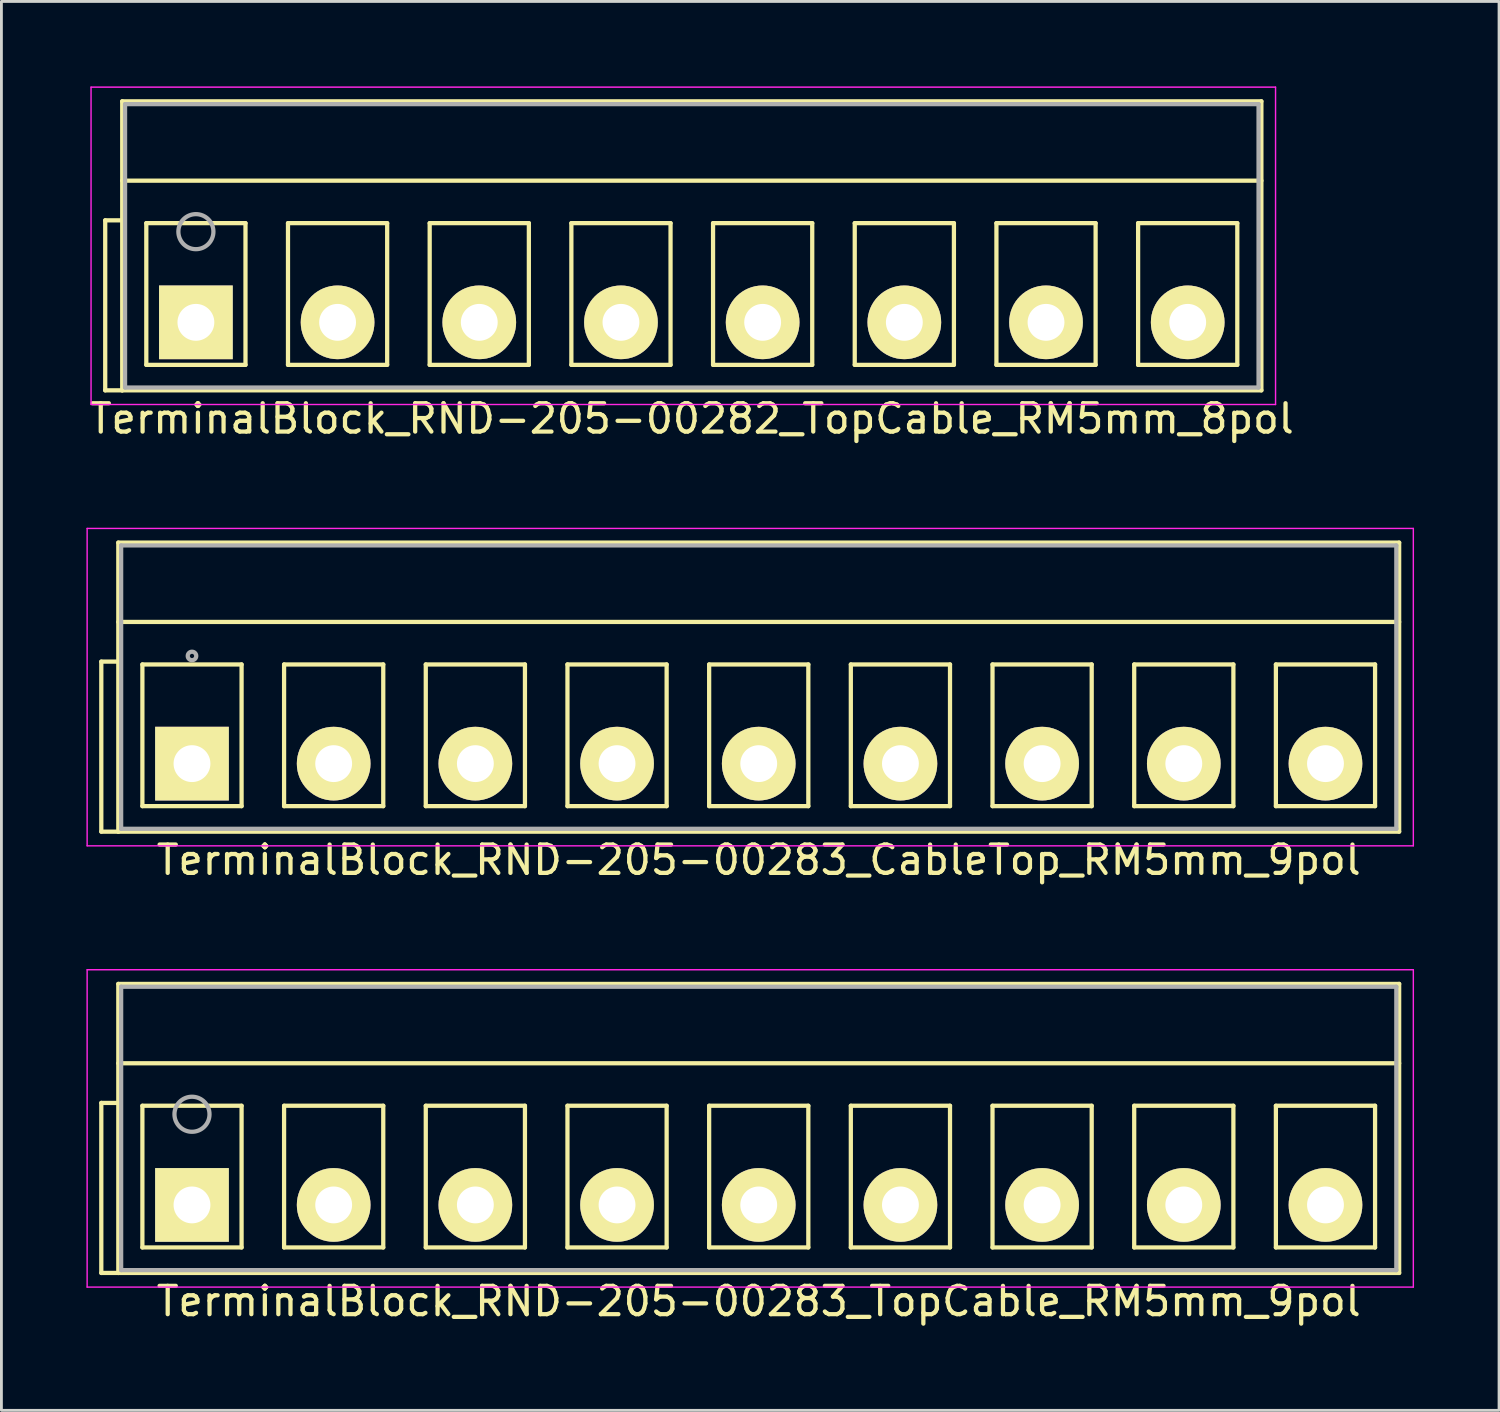
<source format=kicad_pcb>
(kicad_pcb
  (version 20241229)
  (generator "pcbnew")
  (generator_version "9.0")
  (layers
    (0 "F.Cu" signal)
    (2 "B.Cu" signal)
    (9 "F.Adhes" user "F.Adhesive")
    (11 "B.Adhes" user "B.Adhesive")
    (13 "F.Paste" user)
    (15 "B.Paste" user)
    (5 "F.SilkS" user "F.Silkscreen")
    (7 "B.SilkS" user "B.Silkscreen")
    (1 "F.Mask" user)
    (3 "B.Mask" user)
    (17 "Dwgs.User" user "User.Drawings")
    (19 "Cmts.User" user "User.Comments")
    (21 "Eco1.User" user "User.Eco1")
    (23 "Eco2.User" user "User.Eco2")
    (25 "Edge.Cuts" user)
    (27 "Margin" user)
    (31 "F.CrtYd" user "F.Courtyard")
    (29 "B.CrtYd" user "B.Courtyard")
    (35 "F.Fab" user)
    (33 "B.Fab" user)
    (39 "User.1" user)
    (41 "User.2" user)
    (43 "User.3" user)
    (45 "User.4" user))
  (footprint "TerminalBlock_RND-205-00283_CableTop_RM5mm_9pol"
    (layer "F.Cu")
    (at 3.725 23.898)
    (property "Reference" "TerminalBlock_RND-205-00283_CableTop_RM5mm_9pol" (at 20 3.4 0) (layer "F.SilkS") (effects (font (size 1 1) (thickness 0.15))))
    (attr through_hole)
    (fp_line (start -3.2 -3.6) (end -2.6 -3.6) (stroke (width 0.15) (type solid)) (layer "F.SilkS"))
    (fp_line (start -3.2 2.4) (end -3.2 -3.6) (stroke (width 0.15) (type solid)) (layer "F.SilkS"))
    (fp_line (start -2.6 -7.8) (end 42.6 -7.8) (stroke (width 0.15) (type solid)) (layer "F.SilkS"))
    (fp_line (start -2.6 -5) (end 42.6 -5) (stroke (width 0.15) (type solid)) (layer "F.SilkS"))
    (fp_line (start -2.6 2.4) (end -3.2 2.4) (stroke (width 0.15) (type solid)) (layer "F.SilkS"))
    (fp_line (start -2.6 2.4) (end -2.6 -7.8) (stroke (width 0.15) (type solid)) (layer "F.SilkS"))
    (fp_line (start -1.75 -3.5) (end -1.75 1.5) (stroke (width 0.15) (type solid)) (layer "F.SilkS"))
    (fp_line (start -1.75 1.5) (end 1.75 1.5) (stroke (width 0.15) (type solid)) (layer "F.SilkS"))
    (fp_line (start 1.75 -3.5) (end -1.75 -3.5) (stroke (width 0.15) (type solid)) (layer "F.SilkS"))
    (fp_line (start 1.75 1.5) (end 1.75 -3.5) (stroke (width 0.15) (type solid)) (layer "F.SilkS"))
    (fp_line (start 3.25 -3.5) (end 3.25 1.5) (stroke (width 0.15) (type solid)) (layer "F.SilkS"))
    (fp_line (start 3.25 1.5) (end 6.75 1.5) (stroke (width 0.15) (type solid)) (layer "F.SilkS"))
    (fp_line (start 6.75 -3.5) (end 3.25 -3.5) (stroke (width 0.15) (type solid)) (layer "F.SilkS"))
    (fp_line (start 6.75 1.5) (end 6.75 -3.5) (stroke (width 0.15) (type solid)) (layer "F.SilkS"))
    (fp_line (start 8.25 -3.5) (end 8.25 1.5) (stroke (width 0.15) (type solid)) (layer "F.SilkS"))
    (fp_line (start 8.25 1.5) (end 11.75 1.5) (stroke (width 0.15) (type solid)) (layer "F.SilkS"))
    (fp_line (start 11.75 -3.5) (end 8.25 -3.5) (stroke (width 0.15) (type solid)) (layer "F.SilkS"))
    (fp_line (start 11.75 1.5) (end 11.75 -3.5) (stroke (width 0.15) (type solid)) (layer "F.SilkS"))
    (fp_line (start 13.25 -3.5) (end 13.25 1.5) (stroke (width 0.15) (type solid)) (layer "F.SilkS"))
    (fp_line (start 13.25 1.5) (end 16.75 1.5) (stroke (width 0.15) (type solid)) (layer "F.SilkS"))
    (fp_line (start 16.75 -3.5) (end 13.25 -3.5) (stroke (width 0.15) (type solid)) (layer "F.SilkS"))
    (fp_line (start 16.75 1.5) (end 16.75 -3.5) (stroke (width 0.15) (type solid)) (layer "F.SilkS"))
    (fp_line (start 18.25 -3.5) (end 18.25 1.5) (stroke (width 0.15) (type solid)) (layer "F.SilkS"))
    (fp_line (start 18.25 1.5) (end 21.75 1.5) (stroke (width 0.15) (type solid)) (layer "F.SilkS"))
    (fp_line (start 21.75 -3.5) (end 18.25 -3.5) (stroke (width 0.15) (type solid)) (layer "F.SilkS"))
    (fp_line (start 21.75 1.5) (end 21.75 -3.5) (stroke (width 0.15) (type solid)) (layer "F.SilkS"))
    (fp_line (start 23.25 -3.5) (end 23.25 1.5) (stroke (width 0.15) (type solid)) (layer "F.SilkS"))
    (fp_line (start 23.25 1.5) (end 26.75 1.5) (stroke (width 0.15) (type solid)) (layer "F.SilkS"))
    (fp_line (start 26.75 -3.5) (end 23.25 -3.5) (stroke (width 0.15) (type solid)) (layer "F.SilkS"))
    (fp_line (start 26.75 1.5) (end 26.75 -3.5) (stroke (width 0.15) (type solid)) (layer "F.SilkS"))
    (fp_line (start 28.25 -3.5) (end 28.25 1.5) (stroke (width 0.15) (type solid)) (layer "F.SilkS"))
    (fp_line (start 28.25 1.5) (end 31.75 1.5) (stroke (width 0.15) (type solid)) (layer "F.SilkS"))
    (fp_line (start 31.75 -3.5) (end 28.25 -3.5) (stroke (width 0.15) (type solid)) (layer "F.SilkS"))
    (fp_line (start 31.75 1.5) (end 31.75 -3.5) (stroke (width 0.15) (type solid)) (layer "F.SilkS"))
    (fp_line (start 33.25 -3.5) (end 33.25 1.5) (stroke (width 0.15) (type solid)) (layer "F.SilkS"))
    (fp_line (start 33.25 1.5) (end 36.75 1.5) (stroke (width 0.15) (type solid)) (layer "F.SilkS"))
    (fp_line (start 36.75 -3.5) (end 33.25 -3.5) (stroke (width 0.15) (type solid)) (layer "F.SilkS"))
    (fp_line (start 36.75 1.5) (end 36.75 -3.5) (stroke (width 0.15) (type solid)) (layer "F.SilkS"))
    (fp_line (start 38.25 -3.5) (end 38.25 1.5) (stroke (width 0.15) (type solid)) (layer "F.SilkS"))
    (fp_line (start 38.25 1.5) (end 41.75 1.5) (stroke (width 0.15) (type solid)) (layer "F.SilkS"))
    (fp_line (start 41.75 -3.5) (end 38.25 -3.5) (stroke (width 0.15) (type solid)) (layer "F.SilkS"))
    (fp_line (start 41.75 1.5) (end 41.75 -3.5) (stroke (width 0.15) (type solid)) (layer "F.SilkS"))
    (fp_line (start 42.6 -7.8) (end 42.6 2.4) (stroke (width 0.15) (type solid)) (layer "F.SilkS"))
    (fp_line (start 42.6 2.4) (end -2.6 2.4) (stroke (width 0.15) (type solid)) (layer "F.SilkS"))
    (fp_line (start -3.7 -8.3) (end 43.1 -8.3) (stroke (width 0.05) (type solid)) (layer "F.CrtYd"))
    (fp_line (start -3.7 2.9) (end -3.7 -8.3) (stroke (width 0.05) (type solid)) (layer "F.CrtYd"))
    (fp_line (start 43.1 -8.3) (end 43.1 2.9) (stroke (width 0.05) (type solid)) (layer "F.CrtYd"))
    (fp_line (start 43.1 2.9) (end -3.7 2.9) (stroke (width 0.05) (type solid)) (layer "F.CrtYd"))
    (fp_line (start -2.5 -7.7) (end 42.5 -7.7) (stroke (width 0.15) (type solid)) (layer "F.Fab"))
    (fp_line (start -2.5 2.3) (end -2.5 -7.7) (stroke (width 0.15) (type solid)) (layer "F.Fab"))
    (fp_line (start 42.5 -7.7) (end 42.5 2.3) (stroke (width 0.15) (type solid)) (layer "F.Fab"))
    (fp_line (start 42.5 2.3) (end -2.5 2.3) (stroke (width 0.15) (type solid)) (layer "F.Fab"))
    (fp_circle (center 0 -3.8) (end -0.15 -3.8) (stroke (width 0.15) (type solid)) (fill no) (layer "F.Fab"))
    (pad "1" thru_hole rect (at 0 0) (size 2.6 2.6) (drill 1.3) (layers "*.Cu" "*.Mask" "F.SilkS"))
    (pad "2" thru_hole circle (at 5 0) (size 2.6 2.6) (drill 1.3) (layers "*.Cu" "*.Mask" "F.SilkS"))
    (pad "3" thru_hole circle (at 10 0) (size 2.6 2.6) (drill 1.3) (layers "*.Cu" "*.Mask" "F.SilkS"))
    (pad "4" thru_hole circle (at 15 0) (size 2.6 2.6) (drill 1.3) (layers "*.Cu" "*.Mask" "F.SilkS"))
    (pad "5" thru_hole circle (at 20 0) (size 2.6 2.6) (drill 1.3) (layers "*.Cu" "*.Mask" "F.SilkS"))
    (pad "6" thru_hole circle (at 25 0) (size 2.6 2.6) (drill 1.3) (layers "*.Cu" "*.Mask" "F.SilkS"))
    (pad "7" thru_hole circle (at 30 0) (size 2.6 2.6) (drill 1.3) (layers "*.Cu" "*.Mask" "F.SilkS"))
    (pad "8" thru_hole circle (at 35 0) (size 2.6 2.6) (drill 1.3) (layers "*.Cu" "*.Mask" "F.SilkS"))
    (pad "9" thru_hole circle (at 40 0) (size 2.6 2.6) (drill 1.3) (layers "*.Cu" "*.Mask" "F.SilkS")))
  (footprint "TerminalBlock_RND-205-00283_TopCable_RM5mm_9pol"
    (layer "F.Cu")
    (at 3.725 39.471)
    (property "Reference" "TerminalBlock_RND-205-00283_TopCable_RM5mm_9pol" (at 20 3.4 0) (layer "F.SilkS") (effects (font (size 1 1) (thickness 0.15))))
    (attr through_hole)
    (fp_line (start -3.2 -3.6) (end -2.6 -3.6) (stroke (width 0.15) (type solid)) (layer "F.SilkS"))
    (fp_line (start -3.2 2.4) (end -3.2 -3.6) (stroke (width 0.15) (type solid)) (layer "F.SilkS"))
    (fp_line (start -2.6 -7.8) (end 42.6 -7.8) (stroke (width 0.15) (type solid)) (layer "F.SilkS"))
    (fp_line (start -2.6 -5) (end 42.6 -5) (stroke (width 0.15) (type solid)) (layer "F.SilkS"))
    (fp_line (start -2.6 2.4) (end -3.2 2.4) (stroke (width 0.15) (type solid)) (layer "F.SilkS"))
    (fp_line (start -2.6 2.4) (end -2.6 -7.8) (stroke (width 0.15) (type solid)) (layer "F.SilkS"))
    (fp_line (start -1.75 -3.5) (end -1.75 1.5) (stroke (width 0.15) (type solid)) (layer "F.SilkS"))
    (fp_line (start -1.75 1.5) (end 1.75 1.5) (stroke (width 0.15) (type solid)) (layer "F.SilkS"))
    (fp_line (start 1.75 -3.5) (end -1.75 -3.5) (stroke (width 0.15) (type solid)) (layer "F.SilkS"))
    (fp_line (start 1.75 1.5) (end 1.75 -3.5) (stroke (width 0.15) (type solid)) (layer "F.SilkS"))
    (fp_line (start 3.25 -3.5) (end 3.25 1.5) (stroke (width 0.15) (type solid)) (layer "F.SilkS"))
    (fp_line (start 3.25 1.5) (end 6.75 1.5) (stroke (width 0.15) (type solid)) (layer "F.SilkS"))
    (fp_line (start 6.75 -3.5) (end 3.25 -3.5) (stroke (width 0.15) (type solid)) (layer "F.SilkS"))
    (fp_line (start 6.75 1.5) (end 6.75 -3.5) (stroke (width 0.15) (type solid)) (layer "F.SilkS"))
    (fp_line (start 8.25 -3.5) (end 8.25 1.5) (stroke (width 0.15) (type solid)) (layer "F.SilkS"))
    (fp_line (start 8.25 1.5) (end 11.75 1.5) (stroke (width 0.15) (type solid)) (layer "F.SilkS"))
    (fp_line (start 11.75 -3.5) (end 8.25 -3.5) (stroke (width 0.15) (type solid)) (layer "F.SilkS"))
    (fp_line (start 11.75 1.5) (end 11.75 -3.5) (stroke (width 0.15) (type solid)) (layer "F.SilkS"))
    (fp_line (start 13.25 -3.5) (end 13.25 1.5) (stroke (width 0.15) (type solid)) (layer "F.SilkS"))
    (fp_line (start 13.25 1.5) (end 16.75 1.5) (stroke (width 0.15) (type solid)) (layer "F.SilkS"))
    (fp_line (start 16.75 -3.5) (end 13.25 -3.5) (stroke (width 0.15) (type solid)) (layer "F.SilkS"))
    (fp_line (start 16.75 1.5) (end 16.75 -3.5) (stroke (width 0.15) (type solid)) (layer "F.SilkS"))
    (fp_line (start 18.25 -3.5) (end 18.25 1.5) (stroke (width 0.15) (type solid)) (layer "F.SilkS"))
    (fp_line (start 18.25 1.5) (end 21.75 1.5) (stroke (width 0.15) (type solid)) (layer "F.SilkS"))
    (fp_line (start 21.75 -3.5) (end 18.25 -3.5) (stroke (width 0.15) (type solid)) (layer "F.SilkS"))
    (fp_line (start 21.75 1.5) (end 21.75 -3.5) (stroke (width 0.15) (type solid)) (layer "F.SilkS"))
    (fp_line (start 23.25 -3.5) (end 23.25 1.5) (stroke (width 0.15) (type solid)) (layer "F.SilkS"))
    (fp_line (start 23.25 1.5) (end 26.75 1.5) (stroke (width 0.15) (type solid)) (layer "F.SilkS"))
    (fp_line (start 26.75 -3.5) (end 23.25 -3.5) (stroke (width 0.15) (type solid)) (layer "F.SilkS"))
    (fp_line (start 26.75 1.5) (end 26.75 -3.5) (stroke (width 0.15) (type solid)) (layer "F.SilkS"))
    (fp_line (start 28.25 -3.5) (end 28.25 1.5) (stroke (width 0.15) (type solid)) (layer "F.SilkS"))
    (fp_line (start 28.25 1.5) (end 31.75 1.5) (stroke (width 0.15) (type solid)) (layer "F.SilkS"))
    (fp_line (start 31.75 -3.5) (end 28.25 -3.5) (stroke (width 0.15) (type solid)) (layer "F.SilkS"))
    (fp_line (start 31.75 1.5) (end 31.75 -3.5) (stroke (width 0.15) (type solid)) (layer "F.SilkS"))
    (fp_line (start 33.25 -3.5) (end 33.25 1.5) (stroke (width 0.15) (type solid)) (layer "F.SilkS"))
    (fp_line (start 33.25 1.5) (end 36.75 1.5) (stroke (width 0.15) (type solid)) (layer "F.SilkS"))
    (fp_line (start 36.75 -3.5) (end 33.25 -3.5) (stroke (width 0.15) (type solid)) (layer "F.SilkS"))
    (fp_line (start 36.75 1.5) (end 36.75 -3.5) (stroke (width 0.15) (type solid)) (layer "F.SilkS"))
    (fp_line (start 38.25 -3.5) (end 38.25 1.5) (stroke (width 0.15) (type solid)) (layer "F.SilkS"))
    (fp_line (start 38.25 1.5) (end 41.75 1.5) (stroke (width 0.15) (type solid)) (layer "F.SilkS"))
    (fp_line (start 41.75 -3.5) (end 38.25 -3.5) (stroke (width 0.15) (type solid)) (layer "F.SilkS"))
    (fp_line (start 41.75 1.5) (end 41.75 -3.5) (stroke (width 0.15) (type solid)) (layer "F.SilkS"))
    (fp_line (start 42.6 -7.8) (end 42.6 2.4) (stroke (width 0.15) (type solid)) (layer "F.SilkS"))
    (fp_line (start 42.6 2.4) (end -2.6 2.4) (stroke (width 0.15) (type solid)) (layer "F.SilkS"))
    (fp_line (start -3.7 -8.3) (end 43.1 -8.3) (stroke (width 0.05) (type solid)) (layer "F.CrtYd"))
    (fp_line (start -3.7 2.9) (end -3.7 -8.3) (stroke (width 0.05) (type solid)) (layer "F.CrtYd"))
    (fp_line (start 43.1 -8.3) (end 43.1 2.9) (stroke (width 0.05) (type solid)) (layer "F.CrtYd"))
    (fp_line (start 43.1 2.9) (end -3.7 2.9) (stroke (width 0.05) (type solid)) (layer "F.CrtYd"))
    (fp_line (start -2.5 -7.7) (end 42.5 -7.7) (stroke (width 0.15) (type solid)) (layer "F.Fab"))
    (fp_line (start -2.5 2.3) (end -2.5 -7.7) (stroke (width 0.15) (type solid)) (layer "F.Fab"))
    (fp_line (start 42.5 -7.7) (end 42.5 2.3) (stroke (width 0.15) (type solid)) (layer "F.Fab"))
    (fp_line (start 42.5 2.3) (end -2.5 2.3) (stroke (width 0.15) (type solid)) (layer "F.Fab"))
    (fp_circle (center 0 -3.2) (end -0.15 -3.8) (stroke (width 0.15) (type solid)) (fill no) (layer "F.Fab"))
    (pad "1" thru_hole rect (at 0 0) (size 2.6 2.6) (drill 1.3) (layers "*.Cu" "*.Mask" "F.SilkS"))
    (pad "2" thru_hole circle (at 5 0) (size 2.6 2.6) (drill 1.3) (layers "*.Cu" "*.Mask" "F.SilkS"))
    (pad "3" thru_hole circle (at 10 0) (size 2.6 2.6) (drill 1.3) (layers "*.Cu" "*.Mask" "F.SilkS"))
    (pad "4" thru_hole circle (at 15 0) (size 2.6 2.6) (drill 1.3) (layers "*.Cu" "*.Mask" "F.SilkS"))
    (pad "5" thru_hole circle (at 20 0) (size 2.6 2.6) (drill 1.3) (layers "*.Cu" "*.Mask" "F.SilkS"))
    (pad "6" thru_hole circle (at 25 0) (size 2.6 2.6) (drill 1.3) (layers "*.Cu" "*.Mask" "F.SilkS"))
    (pad "7" thru_hole circle (at 30 0) (size 2.6 2.6) (drill 1.3) (layers "*.Cu" "*.Mask" "F.SilkS"))
    (pad "8" thru_hole circle (at 35 0) (size 2.6 2.6) (drill 1.3) (layers "*.Cu" "*.Mask" "F.SilkS"))
    (pad "9" thru_hole circle (at 40 0) (size 2.6 2.6) (drill 1.3) (layers "*.Cu" "*.Mask" "F.SilkS")))
  (footprint "TerminalBlock_RND-205-00282_TopCable_RM5mm_8pol"
    (layer "F.Cu")
    (at 3.863 8.325)
    (property "Reference" "TerminalBlock_RND-205-00282_TopCable_RM5mm_8pol" (at 17.5 3.4 0) (layer "F.SilkS") (effects (font (size 1 1) (thickness 0.15))))
    (attr through_hole)
    (fp_line (start -3.2 -3.6) (end -2.6 -3.6) (stroke (width 0.15) (type solid)) (layer "F.SilkS"))
    (fp_line (start -3.2 2.4) (end -3.2 -3.6) (stroke (width 0.15) (type solid)) (layer "F.SilkS"))
    (fp_line (start -2.6 -7.8) (end 37.6 -7.8) (stroke (width 0.15) (type solid)) (layer "F.SilkS"))
    (fp_line (start -2.6 -5) (end 37.6 -5) (stroke (width 0.15) (type solid)) (layer "F.SilkS"))
    (fp_line (start -2.6 2.4) (end -3.2 2.4) (stroke (width 0.15) (type solid)) (layer "F.SilkS"))
    (fp_line (start -2.6 2.4) (end -2.6 -7.8) (stroke (width 0.15) (type solid)) (layer "F.SilkS"))
    (fp_line (start -1.75 -3.5) (end -1.75 1.5) (stroke (width 0.15) (type solid)) (layer "F.SilkS"))
    (fp_line (start -1.75 1.5) (end 1.75 1.5) (stroke (width 0.15) (type solid)) (layer "F.SilkS"))
    (fp_line (start 1.75 -3.5) (end -1.75 -3.5) (stroke (width 0.15) (type solid)) (layer "F.SilkS"))
    (fp_line (start 1.75 1.5) (end 1.75 -3.5) (stroke (width 0.15) (type solid)) (layer "F.SilkS"))
    (fp_line (start 3.25 -3.5) (end 3.25 1.5) (stroke (width 0.15) (type solid)) (layer "F.SilkS"))
    (fp_line (start 3.25 1.5) (end 6.75 1.5) (stroke (width 0.15) (type solid)) (layer "F.SilkS"))
    (fp_line (start 6.75 -3.5) (end 3.25 -3.5) (stroke (width 0.15) (type solid)) (layer "F.SilkS"))
    (fp_line (start 6.75 1.5) (end 6.75 -3.5) (stroke (width 0.15) (type solid)) (layer "F.SilkS"))
    (fp_line (start 8.25 -3.5) (end 8.25 1.5) (stroke (width 0.15) (type solid)) (layer "F.SilkS"))
    (fp_line (start 8.25 1.5) (end 11.75 1.5) (stroke (width 0.15) (type solid)) (layer "F.SilkS"))
    (fp_line (start 11.75 -3.5) (end 8.25 -3.5) (stroke (width 0.15) (type solid)) (layer "F.SilkS"))
    (fp_line (start 11.75 1.5) (end 11.75 -3.5) (stroke (width 0.15) (type solid)) (layer "F.SilkS"))
    (fp_line (start 13.25 -3.5) (end 13.25 1.5) (stroke (width 0.15) (type solid)) (layer "F.SilkS"))
    (fp_line (start 13.25 1.5) (end 16.75 1.5) (stroke (width 0.15) (type solid)) (layer "F.SilkS"))
    (fp_line (start 16.75 -3.5) (end 13.25 -3.5) (stroke (width 0.15) (type solid)) (layer "F.SilkS"))
    (fp_line (start 16.75 1.5) (end 16.75 -3.5) (stroke (width 0.15) (type solid)) (layer "F.SilkS"))
    (fp_line (start 18.25 -3.5) (end 18.25 1.5) (stroke (width 0.15) (type solid)) (layer "F.SilkS"))
    (fp_line (start 18.25 1.5) (end 21.75 1.5) (stroke (width 0.15) (type solid)) (layer "F.SilkS"))
    (fp_line (start 21.75 -3.5) (end 18.25 -3.5) (stroke (width 0.15) (type solid)) (layer "F.SilkS"))
    (fp_line (start 21.75 1.5) (end 21.75 -3.5) (stroke (width 0.15) (type solid)) (layer "F.SilkS"))
    (fp_line (start 23.25 -3.5) (end 23.25 1.5) (stroke (width 0.15) (type solid)) (layer "F.SilkS"))
    (fp_line (start 23.25 1.5) (end 26.75 1.5) (stroke (width 0.15) (type solid)) (layer "F.SilkS"))
    (fp_line (start 26.75 -3.5) (end 23.25 -3.5) (stroke (width 0.15) (type solid)) (layer "F.SilkS"))
    (fp_line (start 26.75 1.5) (end 26.75 -3.5) (stroke (width 0.15) (type solid)) (layer "F.SilkS"))
    (fp_line (start 28.25 -3.5) (end 28.25 1.5) (stroke (width 0.15) (type solid)) (layer "F.SilkS"))
    (fp_line (start 28.25 1.5) (end 31.75 1.5) (stroke (width 0.15) (type solid)) (layer "F.SilkS"))
    (fp_line (start 31.75 -3.5) (end 28.25 -3.5) (stroke (width 0.15) (type solid)) (layer "F.SilkS"))
    (fp_line (start 31.75 1.5) (end 31.75 -3.5) (stroke (width 0.15) (type solid)) (layer "F.SilkS"))
    (fp_line (start 33.25 -3.5) (end 33.25 1.5) (stroke (width 0.15) (type solid)) (layer "F.SilkS"))
    (fp_line (start 33.25 1.5) (end 36.75 1.5) (stroke (width 0.15) (type solid)) (layer "F.SilkS"))
    (fp_line (start 36.75 -3.5) (end 33.25 -3.5) (stroke (width 0.15) (type solid)) (layer "F.SilkS"))
    (fp_line (start 36.75 1.5) (end 36.75 -3.5) (stroke (width 0.15) (type solid)) (layer "F.SilkS"))
    (fp_line (start 37.6 -7.8) (end 37.6 2.4) (stroke (width 0.15) (type solid)) (layer "F.SilkS"))
    (fp_line (start 37.6 2.4) (end -2.6 2.4) (stroke (width 0.15) (type solid)) (layer "F.SilkS"))
    (fp_line (start -3.7 -8.3) (end 38.1 -8.3) (stroke (width 0.05) (type solid)) (layer "F.CrtYd"))
    (fp_line (start -3.7 2.9) (end -3.7 -8.3) (stroke (width 0.05) (type solid)) (layer "F.CrtYd"))
    (fp_line (start 38.1 -8.3) (end 38.1 2.9) (stroke (width 0.05) (type solid)) (layer "F.CrtYd"))
    (fp_line (start 38.1 2.9) (end -3.7 2.9) (stroke (width 0.05) (type solid)) (layer "F.CrtYd"))
    (fp_line (start -2.5 -7.7) (end 37.5 -7.7) (stroke (width 0.15) (type solid)) (layer "F.Fab"))
    (fp_line (start -2.5 2.3) (end -2.5 -7.7) (stroke (width 0.15) (type solid)) (layer "F.Fab"))
    (fp_line (start 37.5 -7.7) (end 37.5 2.3) (stroke (width 0.15) (type solid)) (layer "F.Fab"))
    (fp_line (start 37.5 2.3) (end -2.5 2.3) (stroke (width 0.15) (type solid)) (layer "F.Fab"))
    (fp_circle (center 0 -3.2) (end -0.15 -3.8) (stroke (width 0.15) (type solid)) (fill no) (layer "F.Fab"))
    (pad "1" thru_hole rect (at 0 0) (size 2.6 2.6) (drill 1.3) (layers "*.Cu" "*.Mask" "F.SilkS"))
    (pad "2" thru_hole circle (at 5 0) (size 2.6 2.6) (drill 1.3) (layers "*.Cu" "*.Mask" "F.SilkS"))
    (pad "3" thru_hole circle (at 10 0) (size 2.6 2.6) (drill 1.3) (layers "*.Cu" "*.Mask" "F.SilkS"))
    (pad "4" thru_hole circle (at 15 0) (size 2.6 2.6) (drill 1.3) (layers "*.Cu" "*.Mask" "F.SilkS"))
    (pad "5" thru_hole circle (at 20 0) (size 2.6 2.6) (drill 1.3) (layers "*.Cu" "*.Mask" "F.SilkS"))
    (pad "6" thru_hole circle (at 25 0) (size 2.6 2.6) (drill 1.3) (layers "*.Cu" "*.Mask" "F.SilkS"))
    (pad "7" thru_hole circle (at 30 0) (size 2.6 2.6) (drill 1.3) (layers "*.Cu" "*.Mask" "F.SilkS"))
    (pad "8" thru_hole circle (at 35 0) (size 2.6 2.6) (drill 1.3) (layers "*.Cu" "*.Mask" "F.SilkS")))
  (gr_rect
    (start -3 -3)
    (end 49.85 46.72)
    (stroke (width 0.1) (type default))
    (fill no)
    (layer "Edge.Cuts")))
</source>
